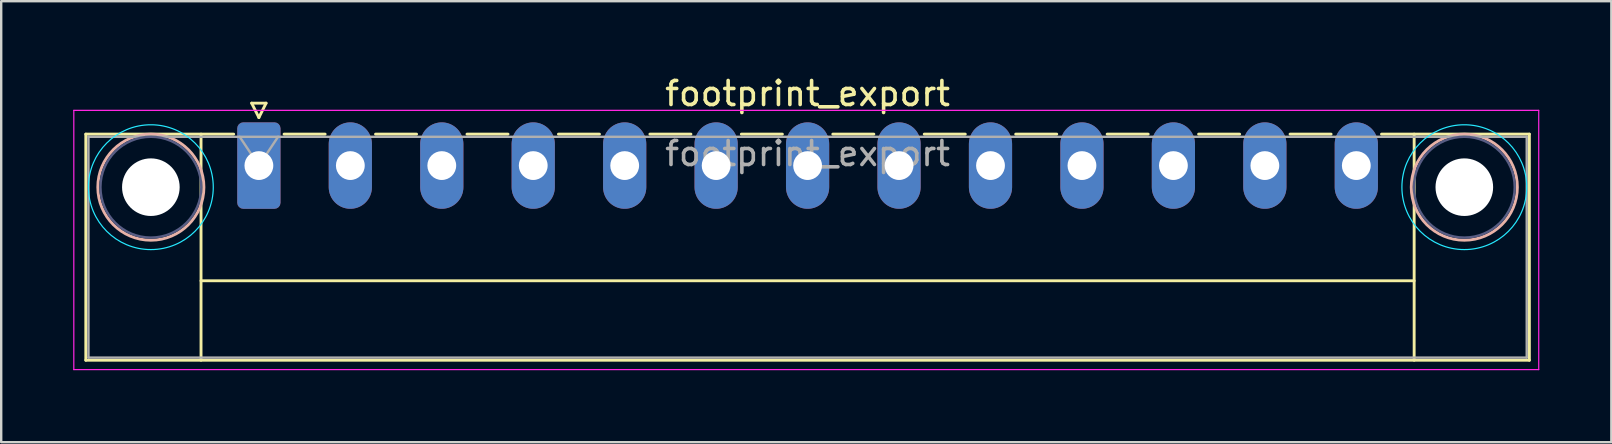
<source format=kicad_pcb>
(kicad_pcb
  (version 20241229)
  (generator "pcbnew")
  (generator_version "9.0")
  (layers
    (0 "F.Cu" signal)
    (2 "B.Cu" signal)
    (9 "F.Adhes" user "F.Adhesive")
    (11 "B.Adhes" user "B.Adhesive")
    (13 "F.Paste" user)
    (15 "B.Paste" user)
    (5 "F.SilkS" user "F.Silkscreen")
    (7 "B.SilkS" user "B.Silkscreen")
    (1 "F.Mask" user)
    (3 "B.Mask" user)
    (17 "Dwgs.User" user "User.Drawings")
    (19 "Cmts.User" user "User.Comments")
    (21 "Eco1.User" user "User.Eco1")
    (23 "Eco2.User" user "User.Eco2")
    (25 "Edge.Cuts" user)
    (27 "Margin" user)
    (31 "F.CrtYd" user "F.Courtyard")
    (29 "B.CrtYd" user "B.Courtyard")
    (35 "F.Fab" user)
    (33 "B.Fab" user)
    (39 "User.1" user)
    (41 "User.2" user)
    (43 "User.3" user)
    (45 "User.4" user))
  (footprint "footprint_export"
    (layer "F.Cu")
    (at 7.735 3.848)
    (property "Reference" "footprint_export" (at 22.86 -3 0) (layer "F.SilkS") (effects (font (size 1 1) (thickness 0.15))))
    (attr through_hole)
    (fp_line (start -7.21 -1.31) (end -7.21 8.11) (stroke (width 0.12) (type solid)) (layer "F.SilkS"))
    (fp_line (start -7.21 -1.31) (end -1.05 -1.31) (stroke (width 0.12) (type solid)) (layer "F.SilkS"))
    (fp_line (start -7.21 8.11) (end 52.93 8.11) (stroke (width 0.12) (type solid)) (layer "F.SilkS"))
    (fp_line (start -2.41 -1.31) (end -2.41 8.11) (stroke (width 0.12) (type solid)) (layer "F.SilkS"))
    (fp_line (start -2.41 4.8) (end 48.13 4.8) (stroke (width 0.12) (type solid)) (layer "F.SilkS"))
    (fp_line (start -0.3 -2.6) (end 0.3 -2.6) (stroke (width 0.12) (type solid)) (layer "F.SilkS"))
    (fp_line (start 0 -2) (end -0.3 -2.6) (stroke (width 0.12) (type solid)) (layer "F.SilkS"))
    (fp_line (start 0.3 -2.6) (end 0 -2) (stroke (width 0.12) (type solid)) (layer "F.SilkS"))
    (fp_line (start 1.05 -1.31) (end 2.76 -1.31) (stroke (width 0.12) (type solid)) (layer "F.SilkS"))
    (fp_line (start 4.86 -1.31) (end 6.57 -1.31) (stroke (width 0.12) (type solid)) (layer "F.SilkS"))
    (fp_line (start 8.67 -1.31) (end 10.38 -1.31) (stroke (width 0.12) (type solid)) (layer "F.SilkS"))
    (fp_line (start 12.48 -1.31) (end 14.19 -1.31) (stroke (width 0.12) (type solid)) (layer "F.SilkS"))
    (fp_line (start 16.29 -1.31) (end 18 -1.31) (stroke (width 0.12) (type solid)) (layer "F.SilkS"))
    (fp_line (start 20.1 -1.31) (end 21.81 -1.31) (stroke (width 0.12) (type solid)) (layer "F.SilkS"))
    (fp_line (start 23.91 -1.31) (end 25.62 -1.31) (stroke (width 0.12) (type solid)) (layer "F.SilkS"))
    (fp_line (start 27.72 -1.31) (end 29.43 -1.31) (stroke (width 0.12) (type solid)) (layer "F.SilkS"))
    (fp_line (start 31.53 -1.31) (end 33.24 -1.31) (stroke (width 0.12) (type solid)) (layer "F.SilkS"))
    (fp_line (start 35.34 -1.31) (end 37.05 -1.31) (stroke (width 0.12) (type solid)) (layer "F.SilkS"))
    (fp_line (start 39.15 -1.31) (end 40.86 -1.31) (stroke (width 0.12) (type solid)) (layer "F.SilkS"))
    (fp_line (start 42.96 -1.31) (end 44.67 -1.31) (stroke (width 0.12) (type solid)) (layer "F.SilkS"))
    (fp_line (start 48.13 -1.31) (end 48.13 8.11) (stroke (width 0.12) (type solid)) (layer "F.SilkS"))
    (fp_line (start 52.93 -1.31) (end 46.77 -1.31) (stroke (width 0.12) (type solid)) (layer "F.SilkS"))
    (fp_line (start 52.93 8.11) (end 52.93 -1.31) (stroke (width 0.12) (type solid)) (layer "F.SilkS"))
    (fp_circle (center -4.5 0.9) (end -2.29 0.9) (stroke (width 0.12) (type solid)) (fill no) (layer "B.SilkS"))
    (fp_circle (center 50.22 0.9) (end 52.43 0.9) (stroke (width 0.12) (type solid)) (fill no) (layer "B.SilkS"))
    (fp_circle (center -4.5 0.9) (end -1.9 0.9) (stroke (width 0.05) (type solid)) (fill no) (layer "B.CrtYd"))
    (fp_circle (center 50.22 0.9) (end 52.82 0.9) (stroke (width 0.05) (type solid)) (fill no) (layer "B.CrtYd"))
    (fp_line (start -7.71 -2.3) (end -7.71 8.5) (stroke (width 0.05) (type solid)) (layer "F.CrtYd"))
    (fp_line (start -7.71 8.5) (end 53.32 8.5) (stroke (width 0.05) (type solid)) (layer "F.CrtYd"))
    (fp_line (start 53.32 -2.3) (end -7.71 -2.3) (stroke (width 0.05) (type solid)) (layer "F.CrtYd"))
    (fp_line (start 53.32 8.5) (end 53.32 -2.3) (stroke (width 0.05) (type solid)) (layer "F.CrtYd"))
    (fp_circle (center -4.5 0.9) (end -2.4 0.9) (stroke (width 0.1) (type solid)) (fill no) (layer "B.Fab"))
    (fp_circle (center 50.22 0.9) (end 52.32 0.9) (stroke (width 0.1) (type solid)) (fill no) (layer "B.Fab"))
    (fp_line (start -7.1 -1.2) (end -7.1 8) (stroke (width 0.1) (type solid)) (layer "F.Fab"))
    (fp_line (start -7.1 8) (end 52.82 8) (stroke (width 0.1) (type solid)) (layer "F.Fab"))
    (fp_line (start 0 0) (end -0.8 -1.2) (stroke (width 0.1) (type solid)) (layer "F.Fab"))
    (fp_line (start 0.8 -1.2) (end 0 0) (stroke (width 0.1) (type solid)) (layer "F.Fab"))
    (fp_line (start 52.82 -1.2) (end -7.1 -1.2) (stroke (width 0.1) (type solid)) (layer "F.Fab"))
    (fp_line (start 52.82 8) (end 52.82 -1.2) (stroke (width 0.1) (type solid)) (layer "F.Fab"))
    (fp_text user "${REFERENCE}" (at 22.86 -0.5 0) (layer "F.Fab") (effects (font (size 1 1) (thickness 0.15))))
    (pad "" np_thru_hole circle (at -4.5 0.9) (size 2.4 2.4) (drill 2.4) (layers "*.Cu" "*.Mask"))
    (pad "" np_thru_hole circle (at 50.22 0.9) (size 2.4 2.4) (drill 2.4) (layers "*.Cu" "*.Mask"))
    (pad "1" thru_hole roundrect (at 0 0) (size 1.8 3.6) (drill 1.2) (layers "*.Cu" "*.Mask") (roundrect_rratio 0.139))
    (pad "2" thru_hole oval (at 3.81 0) (size 1.8 3.6) (drill 1.2) (layers "*.Cu" "*.Mask"))
    (pad "3" thru_hole oval (at 7.62 0) (size 1.8 3.6) (drill 1.2) (layers "*.Cu" "*.Mask"))
    (pad "4" thru_hole oval (at 11.43 0) (size 1.8 3.6) (drill 1.2) (layers "*.Cu" "*.Mask"))
    (pad "5" thru_hole oval (at 15.24 0) (size 1.8 3.6) (drill 1.2) (layers "*.Cu" "*.Mask"))
    (pad "6" thru_hole oval (at 19.05 0) (size 1.8 3.6) (drill 1.2) (layers "*.Cu" "*.Mask"))
    (pad "7" thru_hole oval (at 22.86 0) (size 1.8 3.6) (drill 1.2) (layers "*.Cu" "*.Mask"))
    (pad "8" thru_hole oval (at 26.67 0) (size 1.8 3.6) (drill 1.2) (layers "*.Cu" "*.Mask"))
    (pad "9" thru_hole oval (at 30.48 0) (size 1.8 3.6) (drill 1.2) (layers "*.Cu" "*.Mask"))
    (pad "10" thru_hole oval (at 34.29 0) (size 1.8 3.6) (drill 1.2) (layers "*.Cu" "*.Mask"))
    (pad "11" thru_hole oval (at 38.1 0) (size 1.8 3.6) (drill 1.2) (layers "*.Cu" "*.Mask"))
    (pad "12" thru_hole oval (at 41.91 0) (size 1.8 3.6) (drill 1.2) (layers "*.Cu" "*.Mask"))
    (pad "13" thru_hole oval (at 45.72 0) (size 1.8 3.6) (drill 1.2) (layers "*.Cu" "*.Mask")))
  (gr_rect
    (start -3 -3)
    (end 64.08 15.373)
    (stroke (width 0.1) (type default))
    (fill no)
    (layer "Edge.Cuts")))
</source>
